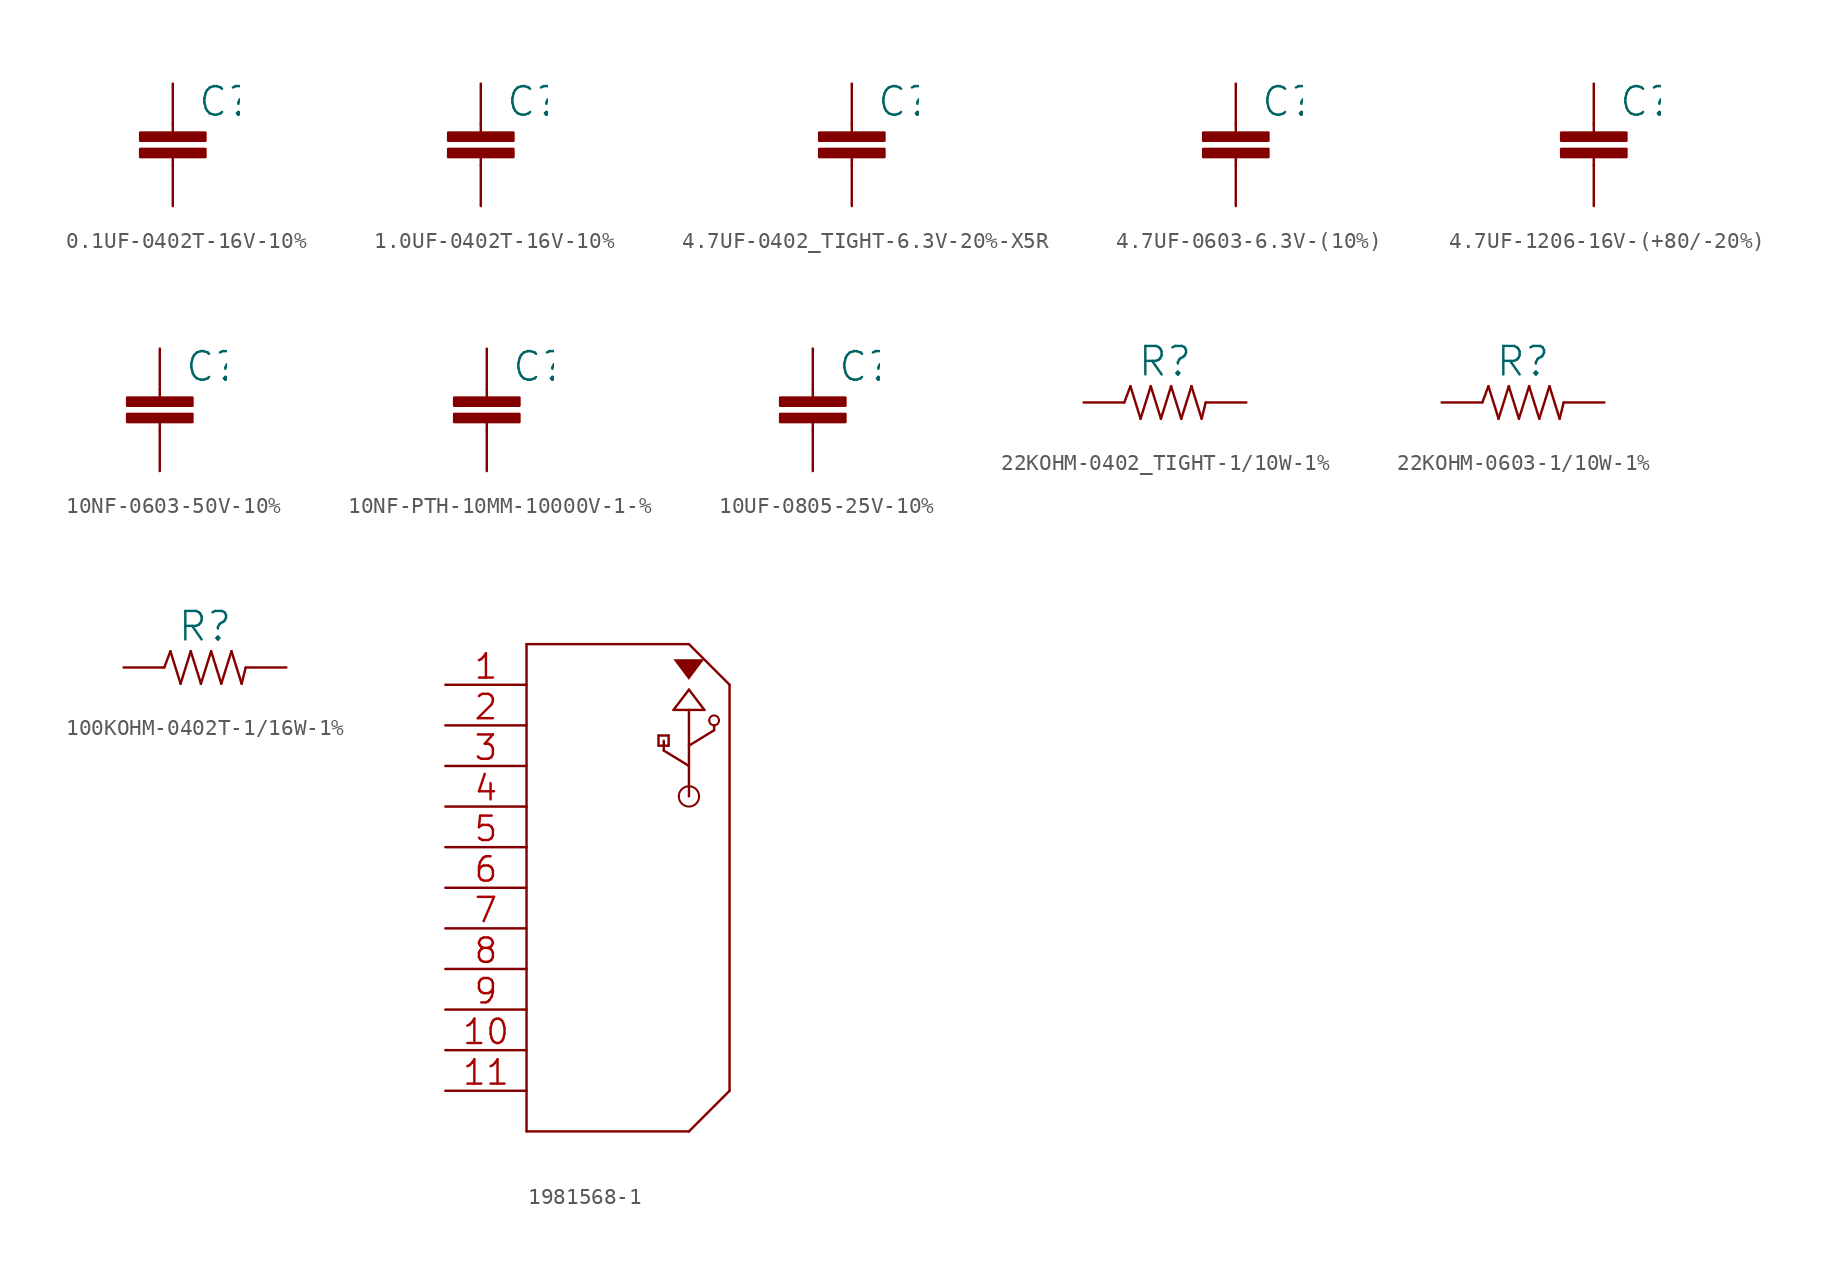
<source format=kicad_sym>
(kicad_symbol_lib
  (version 20241209)
  (generator "kicad_symbol_editor")
  (generator_version "9.0")
  (symbol "0.1UF-0402T-16V-10%"
    (property "Reference" "C"
      (at 1.524 2.921 0)
      (effects (font (size 1.778 1.778)) (justify left bottom)))
    (property "Value" ""
      (at 1.524 -2.159 0)
      (effects (font (size 1.778 1.778)) (justify left bottom)))
    (property "ki_locked" ""
      (at 0 0 0)
      (effects (font (size 1.27 1.27))))
    (symbol "0.1UF-0402T-16V-10%_1_0"
      (rectangle (start -2.032 1.524) (end 2.032 2.032) (stroke (width 0) (type default)) (fill (type outline)))
      (rectangle (start -2.032 0.508) (end 2.032 1.016) (stroke (width 0) (type default)) (fill (type outline)))
      (polyline (pts (xy 0 2.54) (xy 0 2.032)) (stroke (width 0.152) (type solid)) (fill (type none)))
      (polyline (pts (xy 0 0) (xy 0 0.508)) (stroke (width 0.152) (type solid)) (fill (type none)))
      (pin passive line (at 0 5.08 270) (length 2.54) (name "1" (effects (font (size 0 0)))) (number "1" (effects (font (size 0 0)))))
      (pin passive line (at 0 -2.54 90) (length 2.54) (name "2" (effects (font (size 0 0)))) (number "2" (effects (font (size 0 0)))))))
  (symbol "1.0UF-0402T-16V-10%"
    (property "Reference" "C"
      (at 1.524 2.921 0)
      (effects (font (size 1.778 1.778)) (justify left bottom)))
    (property "Value" ""
      (at 1.524 -2.159 0)
      (effects (font (size 1.778 1.778)) (justify left bottom)))
    (property "ki_locked" ""
      (at 0 0 0)
      (effects (font (size 1.27 1.27))))
    (symbol "1.0UF-0402T-16V-10%_1_0"
      (rectangle (start -2.032 1.524) (end 2.032 2.032) (stroke (width 0) (type default)) (fill (type outline)))
      (rectangle (start -2.032 0.508) (end 2.032 1.016) (stroke (width 0) (type default)) (fill (type outline)))
      (polyline (pts (xy 0 2.54) (xy 0 2.032)) (stroke (width 0.152) (type solid)) (fill (type none)))
      (polyline (pts (xy 0 0) (xy 0 0.508)) (stroke (width 0.152) (type solid)) (fill (type none)))
      (pin passive line (at 0 5.08 270) (length 2.54) (name "1" (effects (font (size 0 0)))) (number "1" (effects (font (size 0 0)))))
      (pin passive line (at 0 -2.54 90) (length 2.54) (name "2" (effects (font (size 0 0)))) (number "2" (effects (font (size 0 0)))))))
  (symbol "4.7UF-0402_TIGHT-6.3V-20%-X5R"
    (property "Reference" "C"
      (at 1.524 2.921 0)
      (effects (font (size 1.778 1.778)) (justify left bottom)))
    (property "Value" ""
      (at 1.524 -2.159 0)
      (effects (font (size 1.778 1.778)) (justify left bottom)))
    (property "ki_locked" ""
      (at 0 0 0)
      (effects (font (size 1.27 1.27))))
    (symbol "4.7UF-0402_TIGHT-6.3V-20%-X5R_1_0"
      (rectangle (start -2.032 1.524) (end 2.032 2.032) (stroke (width 0) (type default)) (fill (type outline)))
      (rectangle (start -2.032 0.508) (end 2.032 1.016) (stroke (width 0) (type default)) (fill (type outline)))
      (polyline (pts (xy 0 2.54) (xy 0 2.032)) (stroke (width 0.152) (type solid)) (fill (type none)))
      (polyline (pts (xy 0 0) (xy 0 0.508)) (stroke (width 0.152) (type solid)) (fill (type none)))
      (pin passive line (at 0 5.08 270) (length 2.54) (name "1" (effects (font (size 0 0)))) (number "1" (effects (font (size 0 0)))))
      (pin passive line (at 0 -2.54 90) (length 2.54) (name "2" (effects (font (size 0 0)))) (number "2" (effects (font (size 0 0)))))))
  (symbol "4.7UF-0603-6.3V-(10%)"
    (property "Reference" "C"
      (at 1.524 2.921 0)
      (effects (font (size 1.778 1.778)) (justify left bottom)))
    (property "Value" ""
      (at 1.524 -2.159 0)
      (effects (font (size 1.778 1.778)) (justify left bottom)))
    (property "ki_locked" ""
      (at 0 0 0)
      (effects (font (size 1.27 1.27))))
    (symbol "4.7UF-0603-6.3V-(10%)_1_0"
      (rectangle (start -2.032 1.524) (end 2.032 2.032) (stroke (width 0) (type default)) (fill (type outline)))
      (rectangle (start -2.032 0.508) (end 2.032 1.016) (stroke (width 0) (type default)) (fill (type outline)))
      (polyline (pts (xy 0 2.54) (xy 0 2.032)) (stroke (width 0.152) (type solid)) (fill (type none)))
      (polyline (pts (xy 0 0) (xy 0 0.508)) (stroke (width 0.152) (type solid)) (fill (type none)))
      (pin passive line (at 0 5.08 270) (length 2.54) (name "1" (effects (font (size 0 0)))) (number "1" (effects (font (size 0 0)))))
      (pin passive line (at 0 -2.54 90) (length 2.54) (name "2" (effects (font (size 0 0)))) (number "2" (effects (font (size 0 0)))))))
  (symbol "4.7UF-1206-16V-(+80/-20%)"
    (property "Reference" "C"
      (at 1.524 2.921 0)
      (effects (font (size 1.778 1.778)) (justify left bottom)))
    (property "Value" ""
      (at 1.524 -2.159 0)
      (effects (font (size 1.778 1.778)) (justify left bottom)))
    (property "ki_locked" ""
      (at 0 0 0)
      (effects (font (size 1.27 1.27))))
    (symbol "4.7UF-1206-16V-(+80/-20%)_1_0"
      (rectangle (start -2.032 1.524) (end 2.032 2.032) (stroke (width 0) (type default)) (fill (type outline)))
      (rectangle (start -2.032 0.508) (end 2.032 1.016) (stroke (width 0) (type default)) (fill (type outline)))
      (polyline (pts (xy 0 2.54) (xy 0 2.032)) (stroke (width 0.152) (type solid)) (fill (type none)))
      (polyline (pts (xy 0 0) (xy 0 0.508)) (stroke (width 0.152) (type solid)) (fill (type none)))
      (pin passive line (at 0 5.08 270) (length 2.54) (name "1" (effects (font (size 0 0)))) (number "1" (effects (font (size 0 0)))))
      (pin passive line (at 0 -2.54 90) (length 2.54) (name "2" (effects (font (size 0 0)))) (number "2" (effects (font (size 0 0)))))))
  (symbol "10NF-0603-50V-10%"
    (property "Reference" "C"
      (at 1.524 2.921 0)
      (effects (font (size 1.778 1.778)) (justify left bottom)))
    (property "Value" ""
      (at 1.524 -2.159 0)
      (effects (font (size 1.778 1.778)) (justify left bottom)))
    (property "ki_locked" ""
      (at 0 0 0)
      (effects (font (size 1.27 1.27))))
    (symbol "10NF-0603-50V-10%_1_0"
      (rectangle (start -2.032 1.524) (end 2.032 2.032) (stroke (width 0) (type default)) (fill (type outline)))
      (rectangle (start -2.032 0.508) (end 2.032 1.016) (stroke (width 0) (type default)) (fill (type outline)))
      (polyline (pts (xy 0 2.54) (xy 0 2.032)) (stroke (width 0.152) (type solid)) (fill (type none)))
      (polyline (pts (xy 0 0) (xy 0 0.508)) (stroke (width 0.152) (type solid)) (fill (type none)))
      (pin passive line (at 0 5.08 270) (length 2.54) (name "1" (effects (font (size 0 0)))) (number "1" (effects (font (size 0 0)))))
      (pin passive line (at 0 -2.54 90) (length 2.54) (name "2" (effects (font (size 0 0)))) (number "2" (effects (font (size 0 0)))))))
  (symbol "10NF-PTH-10MM-10000V-1-%"
    (property "Reference" "C"
      (at 1.524 2.921 0)
      (effects (font (size 1.778 1.778)) (justify left bottom)))
    (property "Value" ""
      (at 1.524 -2.159 0)
      (effects (font (size 1.778 1.778)) (justify left bottom)))
    (property "ki_locked" ""
      (at 0 0 0)
      (effects (font (size 1.27 1.27))))
    (symbol "10NF-PTH-10MM-10000V-1-%_1_0"
      (rectangle (start -2.032 1.524) (end 2.032 2.032) (stroke (width 0) (type default)) (fill (type outline)))
      (rectangle (start -2.032 0.508) (end 2.032 1.016) (stroke (width 0) (type default)) (fill (type outline)))
      (polyline (pts (xy 0 2.54) (xy 0 2.032)) (stroke (width 0.152) (type solid)) (fill (type none)))
      (polyline (pts (xy 0 0) (xy 0 0.508)) (stroke (width 0.152) (type solid)) (fill (type none)))
      (pin passive line (at 0 5.08 270) (length 2.54) (name "1" (effects (font (size 0 0)))) (number "1" (effects (font (size 0 0)))))
      (pin passive line (at 0 -2.54 90) (length 2.54) (name "2" (effects (font (size 0 0)))) (number "2" (effects (font (size 0 0)))))))
  (symbol "10UF-0805-25V-10%"
    (property "Reference" "C"
      (at 1.524 2.921 0)
      (effects (font (size 1.778 1.778)) (justify left bottom)))
    (property "Value" ""
      (at 1.524 -2.159 0)
      (effects (font (size 1.778 1.778)) (justify left bottom)))
    (property "ki_locked" ""
      (at 0 0 0)
      (effects (font (size 1.27 1.27))))
    (symbol "10UF-0805-25V-10%_1_0"
      (rectangle (start -2.032 1.524) (end 2.032 2.032) (stroke (width 0) (type default)) (fill (type outline)))
      (rectangle (start -2.032 0.508) (end 2.032 1.016) (stroke (width 0) (type default)) (fill (type outline)))
      (polyline (pts (xy 0 2.54) (xy 0 2.032)) (stroke (width 0.152) (type solid)) (fill (type none)))
      (polyline (pts (xy 0 0) (xy 0 0.508)) (stroke (width 0.152) (type solid)) (fill (type none)))
      (pin passive line (at 0 5.08 270) (length 2.54) (name "1" (effects (font (size 0 0)))) (number "1" (effects (font (size 0 0)))))
      (pin passive line (at 0 -2.54 90) (length 2.54) (name "2" (effects (font (size 0 0)))) (number "2" (effects (font (size 0 0)))))))
  (symbol "22KOHM-0402_TIGHT-1/10W-1%"
    (property "Reference" "R"
      (at 0 1.524 0)
      (effects (font (size 1.778 1.778)) (justify bottom)))
    (property "Value" ""
      (at 0 -1.524 0)
      (effects (font (size 1.778 1.778)) (justify top)))
    (property "ki_locked" ""
      (at 0 0 0)
      (effects (font (size 1.27 1.27))))
    (symbol "22KOHM-0402_TIGHT-1/10W-1%_1_0"
      (polyline (pts (xy -2.54 0) (xy -2.159 1.016)) (stroke (width 0.152) (type solid)) (fill (type none)))
      (polyline (pts (xy -2.159 1.016) (xy -1.524 -1.016)) (stroke (width 0.152) (type solid)) (fill (type none)))
      (polyline (pts (xy -1.524 -1.016) (xy -0.889 1.016)) (stroke (width 0.152) (type solid)) (fill (type none)))
      (polyline (pts (xy -0.889 1.016) (xy -0.254 -1.016)) (stroke (width 0.152) (type solid)) (fill (type none)))
      (polyline (pts (xy -0.254 -1.016) (xy 0.381 1.016)) (stroke (width 0.152) (type solid)) (fill (type none)))
      (polyline (pts (xy 0.381 1.016) (xy 1.016 -1.016)) (stroke (width 0.152) (type solid)) (fill (type none)))
      (polyline (pts (xy 1.016 -1.016) (xy 1.651 1.016)) (stroke (width 0.152) (type solid)) (fill (type none)))
      (polyline (pts (xy 1.651 1.016) (xy 2.286 -1.016)) (stroke (width 0.152) (type solid)) (fill (type none)))
      (polyline (pts (xy 2.286 -1.016) (xy 2.54 0)) (stroke (width 0.152) (type solid)) (fill (type none)))
      (pin passive line (at -5.08 0 0) (length 2.54) (name "1" (effects (font (size 0 0)))) (number "1" (effects (font (size 0 0)))))
      (pin passive line (at 5.08 0 180) (length 2.54) (name "2" (effects (font (size 0 0)))) (number "2" (effects (font (size 0 0)))))))
  (symbol "22KOHM-0603-1/10W-1%"
    (property "Reference" "R"
      (at 0 1.524 0)
      (effects (font (size 1.778 1.778)) (justify bottom)))
    (property "Value" ""
      (at 0 -1.524 0)
      (effects (font (size 1.778 1.778)) (justify top)))
    (property "ki_locked" ""
      (at 0 0 0)
      (effects (font (size 1.27 1.27))))
    (symbol "22KOHM-0603-1/10W-1%_1_0"
      (polyline (pts (xy -2.54 0) (xy -2.159 1.016)) (stroke (width 0.152) (type solid)) (fill (type none)))
      (polyline (pts (xy -2.159 1.016) (xy -1.524 -1.016)) (stroke (width 0.152) (type solid)) (fill (type none)))
      (polyline (pts (xy -1.524 -1.016) (xy -0.889 1.016)) (stroke (width 0.152) (type solid)) (fill (type none)))
      (polyline (pts (xy -0.889 1.016) (xy -0.254 -1.016)) (stroke (width 0.152) (type solid)) (fill (type none)))
      (polyline (pts (xy -0.254 -1.016) (xy 0.381 1.016)) (stroke (width 0.152) (type solid)) (fill (type none)))
      (polyline (pts (xy 0.381 1.016) (xy 1.016 -1.016)) (stroke (width 0.152) (type solid)) (fill (type none)))
      (polyline (pts (xy 1.016 -1.016) (xy 1.651 1.016)) (stroke (width 0.152) (type solid)) (fill (type none)))
      (polyline (pts (xy 1.651 1.016) (xy 2.286 -1.016)) (stroke (width 0.152) (type solid)) (fill (type none)))
      (polyline (pts (xy 2.286 -1.016) (xy 2.54 0)) (stroke (width 0.152) (type solid)) (fill (type none)))
      (pin passive line (at -5.08 0 0) (length 2.54) (name "1" (effects (font (size 0 0)))) (number "1" (effects (font (size 0 0)))))
      (pin passive line (at 5.08 0 180) (length 2.54) (name "2" (effects (font (size 0 0)))) (number "2" (effects (font (size 0 0)))))))
  (symbol "100KOHM-0402T-1/16W-1%"
    (property "Reference" "R"
      (at 0 1.524 0)
      (effects (font (size 1.778 1.778)) (justify bottom)))
    (property "Value" ""
      (at 0 -1.524 0)
      (effects (font (size 1.778 1.778)) (justify top)))
    (property "ki_locked" ""
      (at 0 0 0)
      (effects (font (size 1.27 1.27))))
    (symbol "100KOHM-0402T-1/16W-1%_1_0"
      (polyline (pts (xy -2.54 0) (xy -2.159 1.016)) (stroke (width 0.152) (type solid)) (fill (type none)))
      (polyline (pts (xy -2.159 1.016) (xy -1.524 -1.016)) (stroke (width 0.152) (type solid)) (fill (type none)))
      (polyline (pts (xy -1.524 -1.016) (xy -0.889 1.016)) (stroke (width 0.152) (type solid)) (fill (type none)))
      (polyline (pts (xy -0.889 1.016) (xy -0.254 -1.016)) (stroke (width 0.152) (type solid)) (fill (type none)))
      (polyline (pts (xy -0.254 -1.016) (xy 0.381 1.016)) (stroke (width 0.152) (type solid)) (fill (type none)))
      (polyline (pts (xy 0.381 1.016) (xy 1.016 -1.016)) (stroke (width 0.152) (type solid)) (fill (type none)))
      (polyline (pts (xy 1.016 -1.016) (xy 1.651 1.016)) (stroke (width 0.152) (type solid)) (fill (type none)))
      (polyline (pts (xy 1.651 1.016) (xy 2.286 -1.016)) (stroke (width 0.152) (type solid)) (fill (type none)))
      (polyline (pts (xy 2.286 -1.016) (xy 2.54 0)) (stroke (width 0.152) (type solid)) (fill (type none)))
      (pin passive line (at -5.08 0 0) (length 2.54) (name "1" (effects (font (size 0 0)))) (number "1" (effects (font (size 0 0)))))
      (pin passive line (at 5.08 0 180) (length 2.54) (name "2" (effects (font (size 0 0)))) (number "2" (effects (font (size 0 0)))))))
  (symbol "1981568-1"
    (property "Reference" "J"
      (at 4.166 5.309 0)
      (effects (font (size 2.083 1.77)) (justify left bottom) (hide yes)))
    (property "ki_locked" ""
      (at 0 0 0)
      (effects (font (size 1.27 1.27))))
    (symbol "1981568-1_1_0"
      (polyline (pts (xy 5.08 2.54) (xy 5.08 -27.94)) (stroke (width 0.152) (type solid)) (fill (type none)))
      (polyline (pts (xy 5.08 -27.94) (xy 15.24 -27.94)) (stroke (width 0.152) (type solid)) (fill (type none)))
      (polyline (pts (xy 13.335 -3.175) (xy 13.335 -3.81)) (stroke (width 0.152) (type solid)) (fill (type none)))
      (polyline (pts (xy 13.335 -3.175) (xy 13.97 -3.175)) (stroke (width 0.152) (type solid)) (fill (type none)))
      (polyline (pts (xy 13.335 -3.81) (xy 13.97 -3.81)) (stroke (width 0.152) (type solid)) (fill (type none)))
      (polyline (pts (xy 13.665 -3.505) (xy 13.665 -4.115)) (stroke (width 0.152) (type solid)) (fill (type none)))
      (polyline (pts (xy 13.665 -4.115) (xy 15.24 -5.08)) (stroke (width 0.152) (type solid)) (fill (type none)))
      (polyline (pts (xy 13.97 -3.81) (xy 13.97 -3.175)) (stroke (width 0.152) (type solid)) (fill (type none)))
      (polyline (pts (xy 14.275 -1.575) (xy 16.205 -1.575)) (stroke (width 0.152) (type solid)) (fill (type none)))
      (polyline (pts (xy 15.24 2.54) (xy 5.08 2.54)) (stroke (width 0.152) (type solid)) (fill (type none)))
      (polyline (pts (xy 15.24 2.54) (xy 17.78 0)) (stroke (width 0.152) (type solid)) (fill (type none)))
      (polyline (pts (xy 15.24 0.318) (xy 14.287 1.587) (xy 16.192 1.587)) (stroke (width 0.025) (type solid)) (fill (type outline)))
      (polyline (pts (xy 15.24 -0.305) (xy 14.275 -1.575)) (stroke (width 0.152) (type solid)) (fill (type none)))
      (polyline (pts (xy 15.24 -0.305) (xy 16.205 -1.575)) (stroke (width 0.152) (type solid)) (fill (type none)))
      (polyline (pts (xy 15.24 -1.575) (xy 15.24 -3.81)) (stroke (width 0.152) (type solid)) (fill (type none)))
      (polyline (pts (xy 15.24 -3.81) (xy 15.24 -5.08)) (stroke (width 0.152) (type solid)) (fill (type none)))
      (polyline (pts (xy 15.24 -5.08) (xy 15.24 -6.985)) (stroke (width 0.152) (type solid)) (fill (type none)))
      (arc (start 14.605 -6.985) (mid 15.24 -6.35) (end 15.875 -6.985) (stroke (width 0.127) (type solid)) (fill (type none)))
      (arc (start 15.875 -6.985) (mid 15.24 -7.62) (end 14.605 -6.985) (stroke (width 0.127) (type solid)) (fill (type none)))
      (arc (start 16.51 -2.2352) (mid 16.8021 -1.9177) (end 17.1196 -2.2098) (stroke (width 0.127) (type solid)) (fill (type none)))
      (arc (start 17.1196 -2.2352) (mid 16.8148 -2.54) (end 16.51 -2.2352) (stroke (width 0.127) (type solid)) (fill (type none)))
      (polyline (pts (xy 16.815 -2.54) (xy 16.815 -2.845)) (stroke (width 0.152) (type solid)) (fill (type none)))
      (polyline (pts (xy 16.815 -2.845) (xy 15.24 -3.81)) (stroke (width 0.152) (type solid)) (fill (type none)))
      (polyline (pts (xy 17.78 -25.4) (xy 15.24 -27.94)) (stroke (width 0.152) (type solid)) (fill (type none)))
      (polyline (pts (xy 17.78 -25.4) (xy 17.78 0)) (stroke (width 0.152) (type solid)) (fill (type none)))
      (pin passive line (at 0 0 0) (length 5.08) (name "1" (effects (font (size 0 0)))) (number "1" (effects (font (size 1.524 1.524)))))
      (pin passive line (at 0 -2.54 0) (length 5.08) (name "2" (effects (font (size 0 0)))) (number "2" (effects (font (size 1.524 1.524)))))
      (pin passive line (at 0 -5.08 0) (length 5.08) (name "3" (effects (font (size 0 0)))) (number "3" (effects (font (size 1.524 1.524)))))
      (pin passive line (at 0 -7.62 0) (length 5.08) (name "4" (effects (font (size 0 0)))) (number "4" (effects (font (size 1.524 1.524)))))
      (pin passive line (at 0 -10.16 0) (length 5.08) (name "5" (effects (font (size 0 0)))) (number "5" (effects (font (size 1.524 1.524)))))
      (pin passive line (at 0 -12.7 0) (length 5.08) (name "6" (effects (font (size 0 0)))) (number "6" (effects (font (size 1.524 1.524)))))
      (pin passive line (at 0 -15.24 0) (length 5.08) (name "7" (effects (font (size 0 0)))) (number "7" (effects (font (size 1.524 1.524)))))
      (pin passive line (at 0 -17.78 0) (length 5.08) (name "8" (effects (font (size 0 0)))) (number "8" (effects (font (size 1.524 1.524)))))
      (pin passive line (at 0 -20.32 0) (length 5.08) (name "9" (effects (font (size 0 0)))) (number "9" (effects (font (size 1.524 1.524)))))
      (pin passive line (at 0 -22.86 0) (length 5.08) (name "10" (effects (font (size 0 0)))) (number "10" (effects (font (size 1.524 1.524)))))
      (pin passive line (at 0 -25.4 0) (length 5.08) (name "11" (effects (font (size 0 0)))) (number "11" (effects (font (size 1.524 1.524))))))))
</source>
